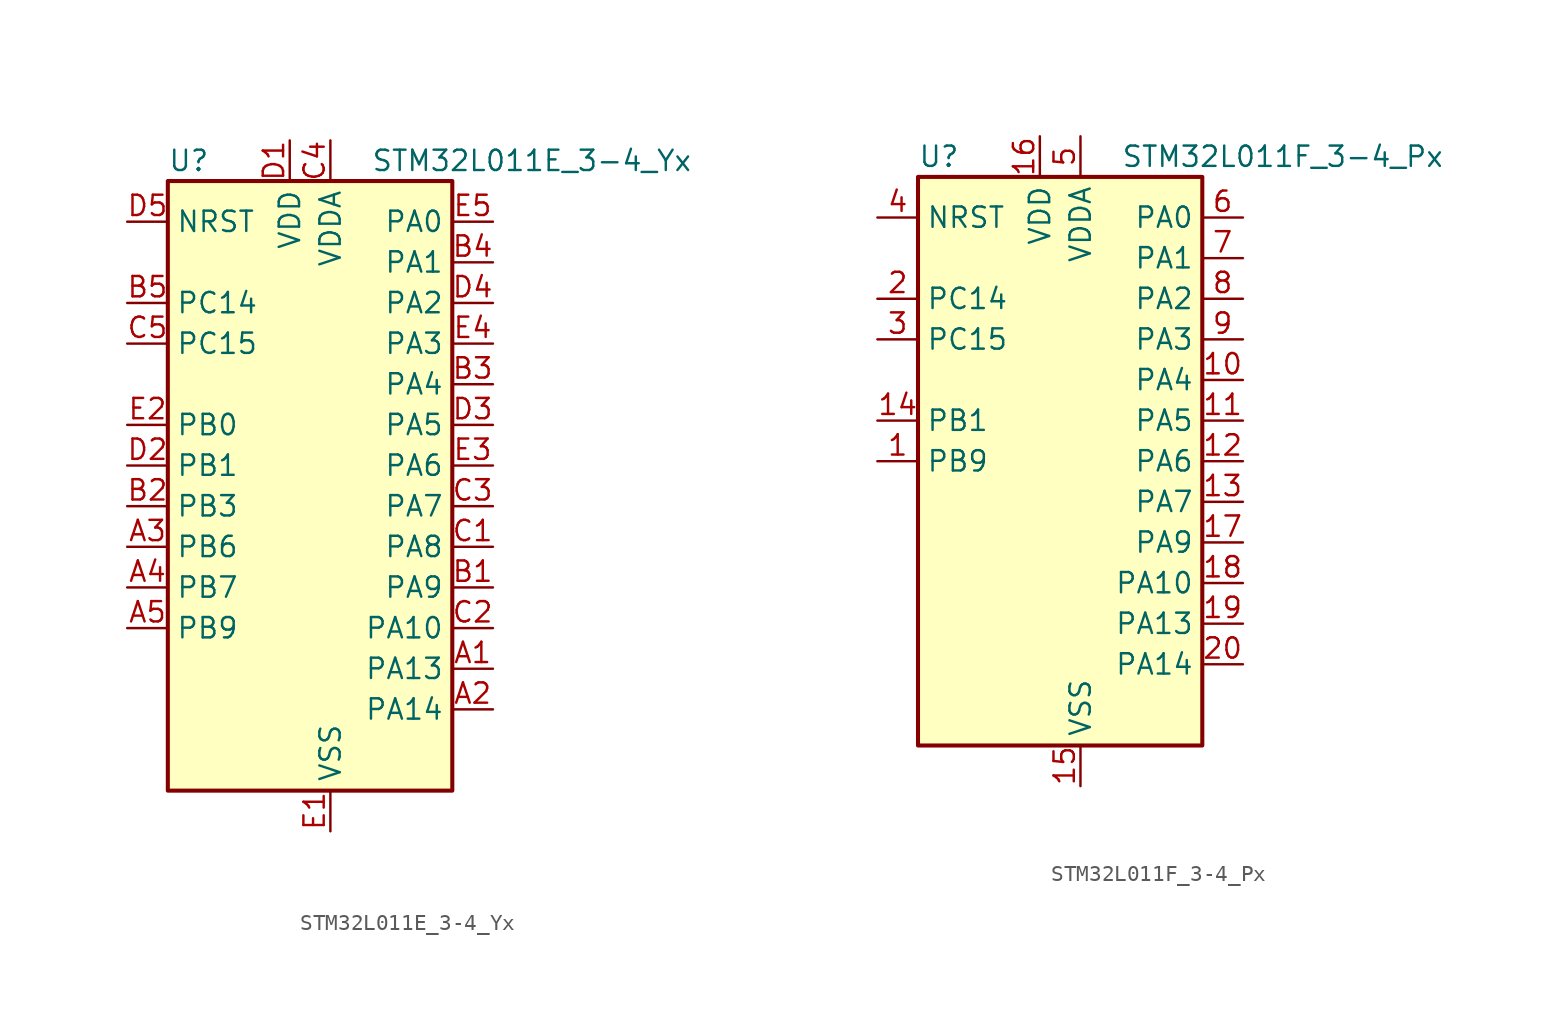
<source format=kicad_sym>
(kicad_symbol_lib
  (version 20231120)
  (generator "kicad_symbol_editor")
  (generator_version "8.0")
  (symbol "STM32L011E_3-4_Yx"
    (property "Reference" "U"
      (at -7.62 21.59 0)
      (effects (font (size 1.27 1.27)) (justify left)))
    (property "Value" "STM32L011E_3-4_Yx"
      (at 5.08 21.59 0)
      (effects (font (size 1.27 1.27)) (justify left)))
    (property "ki_locked" ""
      (at 0 0 0)
      (effects (font (size 1.27 1.27))))
    (symbol "STM32L011E_3-4_Yx_0_1"
      (rectangle (start -7.62 -17.78) (end 10.16 20.32) (stroke (width 0.254) (type default)) (fill (type background))))
    (symbol "STM32L011E_3-4_Yx_1_1"
      (pin bidirectional line (at 12.7 -10.16 180) (length 2.54) (name "PA13" (effects (font (size 1.27 1.27)))) (number "A1" (effects (font (size 1.27 1.27)))) (alternate "COMP1_OUT" bidirectional line) (alternate "I2C1_SDA" bidirectional line) (alternate "LPTIM1_ETR" bidirectional line) (alternate "LPUART1_RX" bidirectional line) (alternate "SPI1_SCK" bidirectional line) (alternate "SYS_SWDIO" bidirectional line))
      (pin bidirectional line (at 12.7 -12.7 180) (length 2.54) (name "PA14" (effects (font (size 1.27 1.27)))) (number "A2" (effects (font (size 1.27 1.27)))) (alternate "COMP2_OUT" bidirectional line) (alternate "I2C1_SMBA" bidirectional line) (alternate "LPTIM1_OUT" bidirectional line) (alternate "LPUART1_TX" bidirectional line) (alternate "SPI1_MISO" bidirectional line) (alternate "SYS_SWCLK" bidirectional line) (alternate "USART2_TX" bidirectional line))
      (pin bidirectional line (at -10.16 -2.54 0) (length 2.54) (name "PB6" (effects (font (size 1.27 1.27)))) (number "A3" (effects (font (size 1.27 1.27)))) (alternate "COMP2_INP" bidirectional line) (alternate "I2C1_SCL" bidirectional line) (alternate "LPTIM1_ETR" bidirectional line) (alternate "LPUART1_TX" bidirectional line) (alternate "TIM2_CH3" bidirectional line) (alternate "USART2_TX" bidirectional line))
      (pin bidirectional line (at -10.16 -5.08 0) (length 2.54) (name "PB7" (effects (font (size 1.27 1.27)))) (number "A4" (effects (font (size 1.27 1.27)))) (alternate "COMP2_INP" bidirectional line) (alternate "I2C1_SDA" bidirectional line) (alternate "LPTIM1_IN2" bidirectional line) (alternate "LPUART1_RX" bidirectional line) (alternate "SYS_PVD_IN" bidirectional line) (alternate "TIM2_CH4" bidirectional line) (alternate "USART2_RX" bidirectional line))
      (pin bidirectional line (at -10.16 -7.62 0) (length 2.54) (name "PB9" (effects (font (size 1.27 1.27)))) (number "A5" (effects (font (size 1.27 1.27)))))
      (pin bidirectional line (at 12.7 -5.08 180) (length 2.54) (name "PA9" (effects (font (size 1.27 1.27)))) (number "B1" (effects (font (size 1.27 1.27)))) (alternate "COMP1_OUT" bidirectional line) (alternate "I2C1_SCL" bidirectional line) (alternate "LPTIM1_OUT" bidirectional line) (alternate "RCC_MCO" bidirectional line) (alternate "TIM21_CH2" bidirectional line) (alternate "USART2_TX" bidirectional line))
      (pin bidirectional line (at -10.16 0 0) (length 2.54) (name "PB3" (effects (font (size 1.27 1.27)))) (number "B2" (effects (font (size 1.27 1.27)))) (alternate "COMP2_INM" bidirectional line) (alternate "SPI1_SCK" bidirectional line) (alternate "TIM2_CH2" bidirectional line))
      (pin bidirectional line (at 12.7 7.62 180) (length 2.54) (name "PA4" (effects (font (size 1.27 1.27)))) (number "B3" (effects (font (size 1.27 1.27)))) (alternate "ADC_IN4" bidirectional line) (alternate "COMP1_INM" bidirectional line) (alternate "COMP2_INM" bidirectional line) (alternate "COMP2_OUT" bidirectional line) (alternate "I2C1_SCL" bidirectional line) (alternate "LPTIM1_ETR" bidirectional line) (alternate "LPTIM1_IN1" bidirectional line) (alternate "LPUART1_TX" bidirectional line) (alternate "SPI1_NSS" bidirectional line) (alternate "TIM2_ETR" bidirectional line) (alternate "USART2_CK" bidirectional line))
      (pin bidirectional line (at 12.7 15.24 180) (length 2.54) (name "PA1" (effects (font (size 1.27 1.27)))) (number "B4" (effects (font (size 1.27 1.27)))) (alternate "ADC_IN1" bidirectional line) (alternate "COMP1_INP" bidirectional line) (alternate "I2C1_SMBA" bidirectional line) (alternate "LPTIM1_IN2" bidirectional line) (alternate "LPUART1_TX" bidirectional line) (alternate "TIM21_ETR" bidirectional line) (alternate "TIM2_CH2" bidirectional line) (alternate "USART2_DE" bidirectional line) (alternate "USART2_RTS" bidirectional line))
      (pin bidirectional line (at -10.16 12.7 0) (length 2.54) (name "PC14" (effects (font (size 1.27 1.27)))) (number "B5" (effects (font (size 1.27 1.27)))) (alternate "RCC_OSC32_IN" bidirectional line))
      (pin bidirectional line (at 12.7 -2.54 180) (length 2.54) (name "PA8" (effects (font (size 1.27 1.27)))) (number "C1" (effects (font (size 1.27 1.27)))) (alternate "LPTIM1_IN1" bidirectional line) (alternate "RCC_MCO" bidirectional line) (alternate "TIM2_CH1" bidirectional line) (alternate "USART2_CK" bidirectional line))
      (pin bidirectional line (at 12.7 -7.62 180) (length 2.54) (name "PA10" (effects (font (size 1.27 1.27)))) (number "C2" (effects (font (size 1.27 1.27)))) (alternate "COMP1_OUT" bidirectional line) (alternate "I2C1_SDA" bidirectional line) (alternate "RTC_REFIN" bidirectional line) (alternate "TIM21_CH1" bidirectional line) (alternate "TIM2_CH3" bidirectional line) (alternate "USART2_RX" bidirectional line))
      (pin bidirectional line (at 12.7 0 180) (length 2.54) (name "PA7" (effects (font (size 1.27 1.27)))) (number "C3" (effects (font (size 1.27 1.27)))) (alternate "ADC_IN7" bidirectional line) (alternate "COMP2_INP" bidirectional line) (alternate "COMP2_OUT" bidirectional line) (alternate "LPTIM1_OUT" bidirectional line) (alternate "SPI1_MOSI" bidirectional line) (alternate "TIM21_ETR" bidirectional line) (alternate "USART2_CTS" bidirectional line))
      (pin power_in line (at 2.54 22.86 270) (length 2.54) (name "VDDA" (effects (font (size 1.27 1.27)))) (number "C4" (effects (font (size 1.27 1.27)))))
      (pin bidirectional line (at -10.16 10.16 0) (length 2.54) (name "PC15" (effects (font (size 1.27 1.27)))) (number "C5" (effects (font (size 1.27 1.27)))) (alternate "RCC_OSC32_OUT" bidirectional line))
      (pin power_in line (at 0 22.86 270) (length 2.54) (name "VDD" (effects (font (size 1.27 1.27)))) (number "D1" (effects (font (size 1.27 1.27)))))
      (pin bidirectional line (at -10.16 2.54 0) (length 2.54) (name "PB1" (effects (font (size 1.27 1.27)))) (number "D2" (effects (font (size 1.27 1.27)))) (alternate "ADC_IN9" bidirectional line) (alternate "LPTIM1_IN1" bidirectional line) (alternate "LPUART1_DE" bidirectional line) (alternate "LPUART1_RTS" bidirectional line) (alternate "SPI1_MOSI" bidirectional line) (alternate "SYS_VREF_OUT_PB1" bidirectional line) (alternate "TIM2_CH4" bidirectional line) (alternate "USART2_CK" bidirectional line))
      (pin bidirectional line (at 12.7 5.08 180) (length 2.54) (name "PA5" (effects (font (size 1.27 1.27)))) (number "D3" (effects (font (size 1.27 1.27)))) (alternate "ADC_IN5" bidirectional line) (alternate "COMP1_INM" bidirectional line) (alternate "COMP2_INM" bidirectional line) (alternate "LPTIM1_IN2" bidirectional line) (alternate "SPI1_SCK" bidirectional line) (alternate "TIM2_CH1" bidirectional line) (alternate "TIM2_ETR" bidirectional line))
      (pin bidirectional line (at 12.7 12.7 180) (length 2.54) (name "PA2" (effects (font (size 1.27 1.27)))) (number "D4" (effects (font (size 1.27 1.27)))) (alternate "ADC_IN2" bidirectional line) (alternate "COMP2_INM" bidirectional line) (alternate "COMP2_OUT" bidirectional line) (alternate "LPUART1_TX" bidirectional line) (alternate "RTC_OUT_ALARM" bidirectional line) (alternate "RTC_OUT_CALIB" bidirectional line) (alternate "RTC_TAMP3" bidirectional line) (alternate "RTC_TS" bidirectional line) (alternate "SYS_WKUP3" bidirectional line) (alternate "TIM21_CH1" bidirectional line) (alternate "TIM2_CH3" bidirectional line) (alternate "USART2_TX" bidirectional line))
      (pin input line (at -10.16 17.78 0) (length 2.54) (name "NRST" (effects (font (size 1.27 1.27)))) (number "D5" (effects (font (size 1.27 1.27)))))
      (pin power_in line (at 2.54 -20.32 90) (length 2.54) (name "VSS" (effects (font (size 1.27 1.27)))) (number "E1" (effects (font (size 1.27 1.27)))))
      (pin bidirectional line (at -10.16 5.08 0) (length 2.54) (name "PB0" (effects (font (size 1.27 1.27)))) (number "E2" (effects (font (size 1.27 1.27)))) (alternate "ADC_IN8" bidirectional line) (alternate "SPI1_MISO" bidirectional line) (alternate "SYS_VREF_OUT_PB0" bidirectional line) (alternate "TIM2_CH2" bidirectional line) (alternate "TIM2_CH3" bidirectional line) (alternate "USART2_DE" bidirectional line) (alternate "USART2_RTS" bidirectional line))
      (pin bidirectional line (at 12.7 2.54 180) (length 2.54) (name "PA6" (effects (font (size 1.27 1.27)))) (number "E3" (effects (font (size 1.27 1.27)))) (alternate "ADC_IN6" bidirectional line) (alternate "COMP1_OUT" bidirectional line) (alternate "LPTIM1_ETR" bidirectional line) (alternate "LPUART1_CTS" bidirectional line) (alternate "SPI1_MISO" bidirectional line))
      (pin bidirectional line (at 12.7 10.16 180) (length 2.54) (name "PA3" (effects (font (size 1.27 1.27)))) (number "E4" (effects (font (size 1.27 1.27)))) (alternate "ADC_IN3" bidirectional line) (alternate "COMP2_INP" bidirectional line) (alternate "LPUART1_RX" bidirectional line) (alternate "TIM21_CH2" bidirectional line) (alternate "TIM2_CH4" bidirectional line) (alternate "USART2_RX" bidirectional line))
      (pin bidirectional line (at 12.7 17.78 180) (length 2.54) (name "PA0" (effects (font (size 1.27 1.27)))) (number "E5" (effects (font (size 1.27 1.27)))) (alternate "ADC_IN0" bidirectional line) (alternate "COMP1_INM" bidirectional line) (alternate "COMP1_OUT" bidirectional line) (alternate "LPTIM1_IN1" bidirectional line) (alternate "LPUART1_RX" bidirectional line) (alternate "RCC_CK_IN" bidirectional line) (alternate "RTC_TAMP2" bidirectional line) (alternate "SYS_WKUP1" bidirectional line) (alternate "TIM2_CH1" bidirectional line) (alternate "TIM2_ETR" bidirectional line) (alternate "USART2_CTS" bidirectional line) (alternate "USART2_RX" bidirectional line))))
  (symbol "STM32L011F_3-4_Px"
    (property "Reference" "U"
      (at -7.62 19.05 0)
      (effects (font (size 1.27 1.27)) (justify left)))
    (property "Value" "STM32L011F_3-4_Px"
      (at 5.08 19.05 0)
      (effects (font (size 1.27 1.27)) (justify left)))
    (property "ki_locked" ""
      (at 0 0 0)
      (effects (font (size 1.27 1.27))))
    (symbol "STM32L011F_3-4_Px_0_1"
      (rectangle (start -7.62 -17.78) (end 10.16 17.78) (stroke (width 0.254) (type default)) (fill (type background))))
    (symbol "STM32L011F_3-4_Px_1_1"
      (pin bidirectional line (at -10.16 0 0) (length 2.54) (name "PB9" (effects (font (size 1.27 1.27)))) (number "1" (effects (font (size 1.27 1.27)))))
      (pin bidirectional line (at 12.7 5.08 180) (length 2.54) (name "PA4" (effects (font (size 1.27 1.27)))) (number "10" (effects (font (size 1.27 1.27)))) (alternate "ADC_IN4" bidirectional line) (alternate "COMP1_INM" bidirectional line) (alternate "COMP2_INM" bidirectional line) (alternate "COMP2_OUT" bidirectional line) (alternate "I2C1_SCL" bidirectional line) (alternate "LPTIM1_ETR" bidirectional line) (alternate "LPTIM1_IN1" bidirectional line) (alternate "LPUART1_TX" bidirectional line) (alternate "SPI1_NSS" bidirectional line) (alternate "TIM2_ETR" bidirectional line) (alternate "USART2_CK" bidirectional line))
      (pin bidirectional line (at 12.7 2.54 180) (length 2.54) (name "PA5" (effects (font (size 1.27 1.27)))) (number "11" (effects (font (size 1.27 1.27)))) (alternate "ADC_IN5" bidirectional line) (alternate "COMP1_INM" bidirectional line) (alternate "COMP2_INM" bidirectional line) (alternate "LPTIM1_IN2" bidirectional line) (alternate "SPI1_SCK" bidirectional line) (alternate "TIM2_CH1" bidirectional line) (alternate "TIM2_ETR" bidirectional line))
      (pin bidirectional line (at 12.7 0 180) (length 2.54) (name "PA6" (effects (font (size 1.27 1.27)))) (number "12" (effects (font (size 1.27 1.27)))) (alternate "ADC_IN6" bidirectional line) (alternate "COMP1_OUT" bidirectional line) (alternate "LPTIM1_ETR" bidirectional line) (alternate "LPUART1_CTS" bidirectional line) (alternate "SPI1_MISO" bidirectional line))
      (pin bidirectional line (at 12.7 -2.54 180) (length 2.54) (name "PA7" (effects (font (size 1.27 1.27)))) (number "13" (effects (font (size 1.27 1.27)))) (alternate "ADC_IN7" bidirectional line) (alternate "COMP2_INP" bidirectional line) (alternate "COMP2_OUT" bidirectional line) (alternate "LPTIM1_OUT" bidirectional line) (alternate "SPI1_MOSI" bidirectional line) (alternate "TIM21_ETR" bidirectional line) (alternate "USART2_CTS" bidirectional line))
      (pin bidirectional line (at -10.16 2.54 0) (length 2.54) (name "PB1" (effects (font (size 1.27 1.27)))) (number "14" (effects (font (size 1.27 1.27)))) (alternate "ADC_IN9" bidirectional line) (alternate "LPTIM1_IN1" bidirectional line) (alternate "LPUART1_DE" bidirectional line) (alternate "LPUART1_RTS" bidirectional line) (alternate "SPI1_MOSI" bidirectional line) (alternate "SYS_VREF_OUT_PB1" bidirectional line) (alternate "TIM2_CH4" bidirectional line) (alternate "USART2_CK" bidirectional line))
      (pin power_in line (at 2.54 -20.32 90) (length 2.54) (name "VSS" (effects (font (size 1.27 1.27)))) (number "15" (effects (font (size 1.27 1.27)))))
      (pin power_in line (at 0 20.32 270) (length 2.54) (name "VDD" (effects (font (size 1.27 1.27)))) (number "16" (effects (font (size 1.27 1.27)))))
      (pin bidirectional line (at 12.7 -5.08 180) (length 2.54) (name "PA9" (effects (font (size 1.27 1.27)))) (number "17" (effects (font (size 1.27 1.27)))) (alternate "COMP1_OUT" bidirectional line) (alternate "I2C1_SCL" bidirectional line) (alternate "LPTIM1_OUT" bidirectional line) (alternate "RCC_MCO" bidirectional line) (alternate "TIM21_CH2" bidirectional line) (alternate "USART2_TX" bidirectional line))
      (pin bidirectional line (at 12.7 -7.62 180) (length 2.54) (name "PA10" (effects (font (size 1.27 1.27)))) (number "18" (effects (font (size 1.27 1.27)))) (alternate "COMP1_OUT" bidirectional line) (alternate "I2C1_SDA" bidirectional line) (alternate "RTC_REFIN" bidirectional line) (alternate "TIM21_CH1" bidirectional line) (alternate "TIM2_CH3" bidirectional line) (alternate "USART2_RX" bidirectional line))
      (pin bidirectional line (at 12.7 -10.16 180) (length 2.54) (name "PA13" (effects (font (size 1.27 1.27)))) (number "19" (effects (font (size 1.27 1.27)))) (alternate "COMP1_OUT" bidirectional line) (alternate "I2C1_SDA" bidirectional line) (alternate "LPTIM1_ETR" bidirectional line) (alternate "LPUART1_RX" bidirectional line) (alternate "SPI1_SCK" bidirectional line) (alternate "SYS_SWDIO" bidirectional line))
      (pin bidirectional line (at -10.16 10.16 0) (length 2.54) (name "PC14" (effects (font (size 1.27 1.27)))) (number "2" (effects (font (size 1.27 1.27)))) (alternate "RCC_OSC32_IN" bidirectional line))
      (pin bidirectional line (at 12.7 -12.7 180) (length 2.54) (name "PA14" (effects (font (size 1.27 1.27)))) (number "20" (effects (font (size 1.27 1.27)))) (alternate "COMP2_OUT" bidirectional line) (alternate "I2C1_SMBA" bidirectional line) (alternate "LPTIM1_OUT" bidirectional line) (alternate "LPUART1_TX" bidirectional line) (alternate "SPI1_MISO" bidirectional line) (alternate "SYS_SWCLK" bidirectional line) (alternate "USART2_TX" bidirectional line))
      (pin bidirectional line (at -10.16 7.62 0) (length 2.54) (name "PC15" (effects (font (size 1.27 1.27)))) (number "3" (effects (font (size 1.27 1.27)))) (alternate "RCC_OSC32_OUT" bidirectional line))
      (pin input line (at -10.16 15.24 0) (length 2.54) (name "NRST" (effects (font (size 1.27 1.27)))) (number "4" (effects (font (size 1.27 1.27)))))
      (pin power_in line (at 2.54 20.32 270) (length 2.54) (name "VDDA" (effects (font (size 1.27 1.27)))) (number "5" (effects (font (size 1.27 1.27)))))
      (pin bidirectional line (at 12.7 15.24 180) (length 2.54) (name "PA0" (effects (font (size 1.27 1.27)))) (number "6" (effects (font (size 1.27 1.27)))) (alternate "ADC_IN0" bidirectional line) (alternate "COMP1_INM" bidirectional line) (alternate "COMP1_OUT" bidirectional line) (alternate "LPTIM1_IN1" bidirectional line) (alternate "LPUART1_RX" bidirectional line) (alternate "RCC_CK_IN" bidirectional line) (alternate "RTC_TAMP2" bidirectional line) (alternate "SYS_WKUP1" bidirectional line) (alternate "TIM2_CH1" bidirectional line) (alternate "TIM2_ETR" bidirectional line) (alternate "USART2_CTS" bidirectional line) (alternate "USART2_RX" bidirectional line))
      (pin bidirectional line (at 12.7 12.7 180) (length 2.54) (name "PA1" (effects (font (size 1.27 1.27)))) (number "7" (effects (font (size 1.27 1.27)))) (alternate "ADC_IN1" bidirectional line) (alternate "COMP1_INP" bidirectional line) (alternate "I2C1_SMBA" bidirectional line) (alternate "LPTIM1_IN2" bidirectional line) (alternate "LPUART1_TX" bidirectional line) (alternate "TIM21_ETR" bidirectional line) (alternate "TIM2_CH2" bidirectional line) (alternate "USART2_DE" bidirectional line) (alternate "USART2_RTS" bidirectional line))
      (pin bidirectional line (at 12.7 10.16 180) (length 2.54) (name "PA2" (effects (font (size 1.27 1.27)))) (number "8" (effects (font (size 1.27 1.27)))) (alternate "ADC_IN2" bidirectional line) (alternate "COMP2_INM" bidirectional line) (alternate "COMP2_OUT" bidirectional line) (alternate "LPUART1_TX" bidirectional line) (alternate "RTC_OUT_ALARM" bidirectional line) (alternate "RTC_OUT_CALIB" bidirectional line) (alternate "RTC_TAMP3" bidirectional line) (alternate "RTC_TS" bidirectional line) (alternate "SYS_WKUP3" bidirectional line) (alternate "TIM21_CH1" bidirectional line) (alternate "TIM2_CH3" bidirectional line) (alternate "USART2_TX" bidirectional line))
      (pin bidirectional line (at 12.7 7.62 180) (length 2.54) (name "PA3" (effects (font (size 1.27 1.27)))) (number "9" (effects (font (size 1.27 1.27)))) (alternate "ADC_IN3" bidirectional line) (alternate "COMP2_INP" bidirectional line) (alternate "LPUART1_RX" bidirectional line) (alternate "TIM21_CH2" bidirectional line) (alternate "TIM2_CH4" bidirectional line) (alternate "USART2_RX" bidirectional line)))))
</source>
